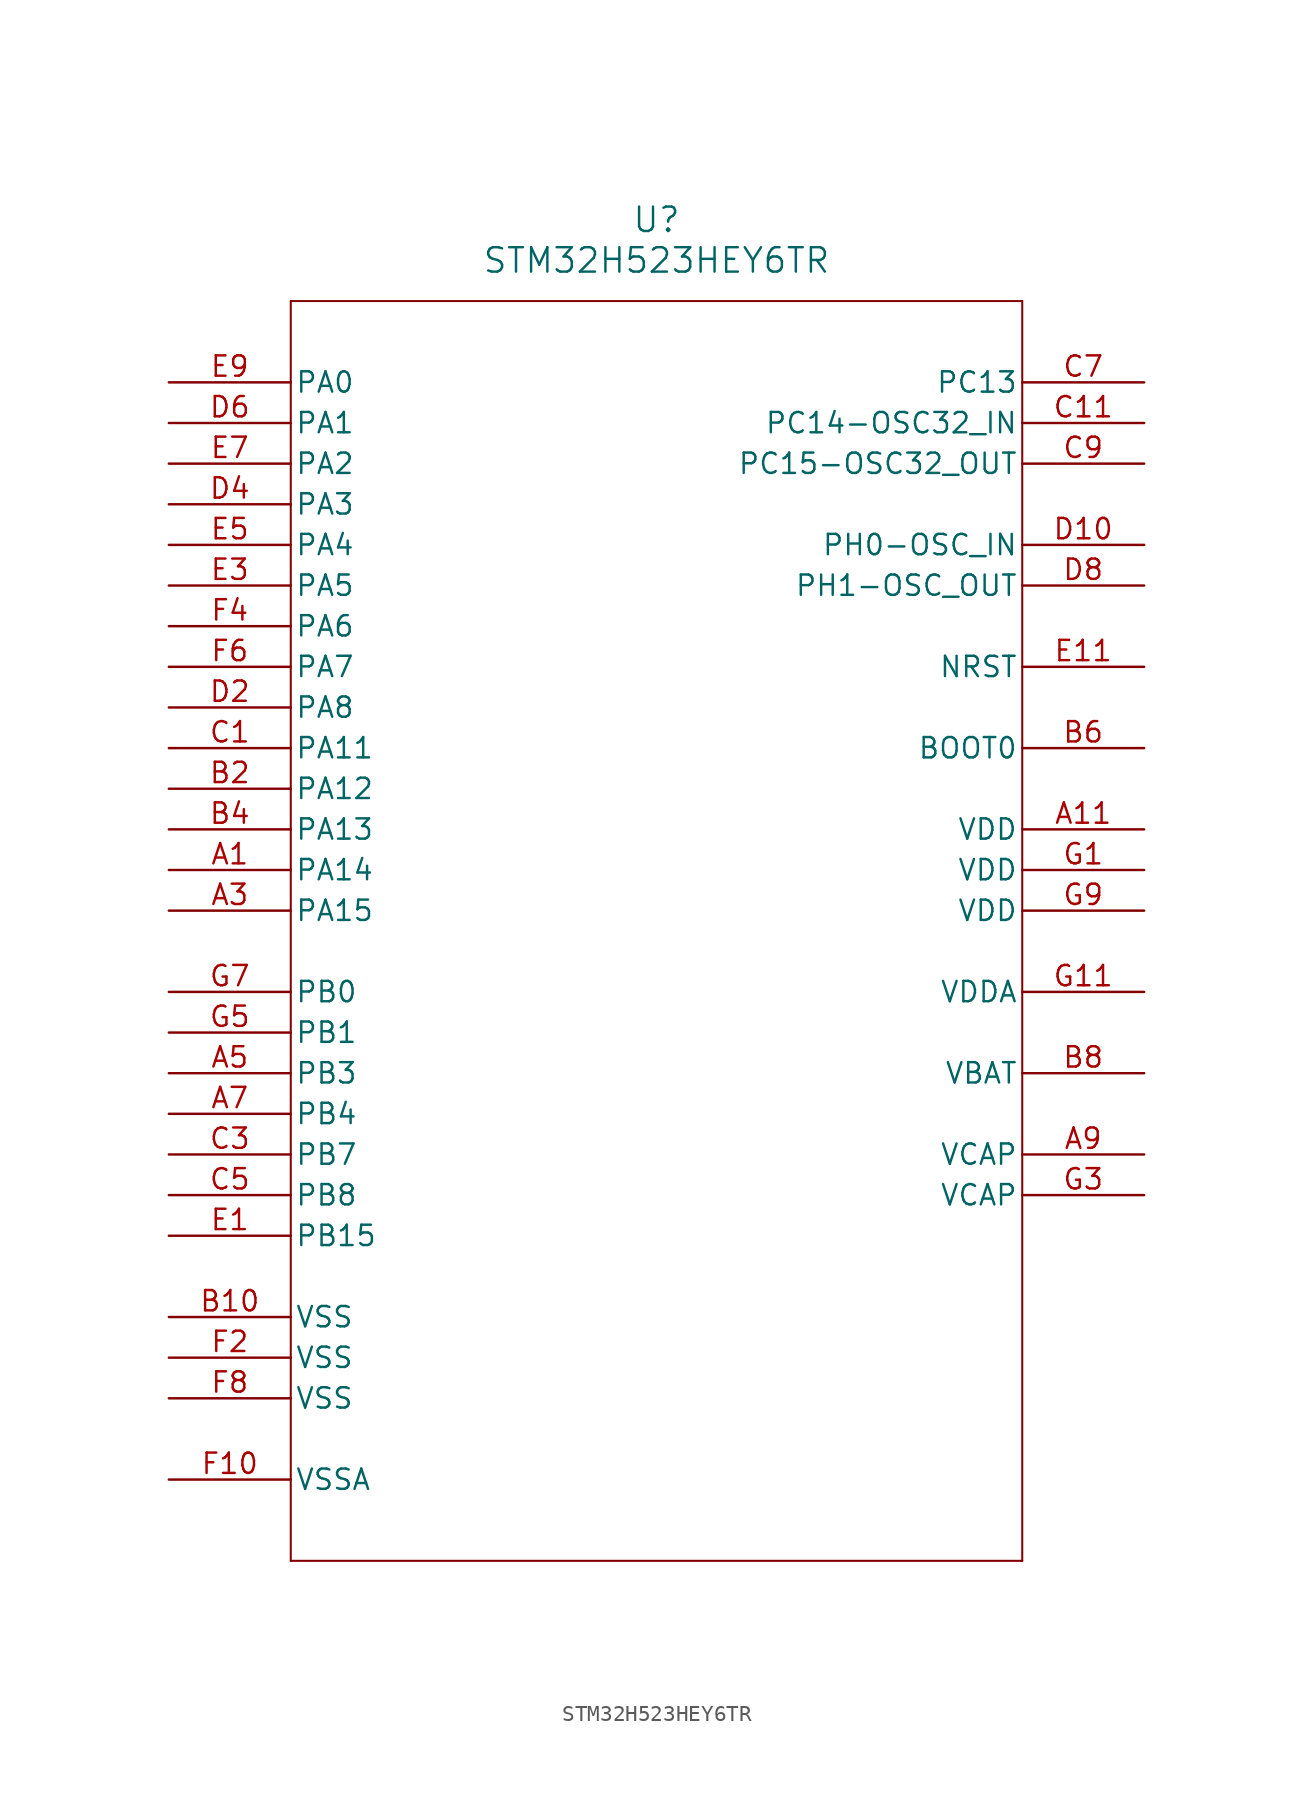
<source format=kicad_sym>
(kicad_symbol_lib
  (version 20211014)
  (generator kicad_symbol_editor)
  (symbol "STM32H523HEY6TR"
    (pin_names
      (offset 0.254))
    (property "Reference" "U"
      (at 30.48 10.16 0)
      (effects (font (size 1.524 1.524))))
    (property "Value" "STM32H523HEY6TR"
      (at 30.48 7.62 0)
      (effects (font (size 1.524 1.524))))
    (symbol "STM32H523HEY6TR_0_1"
      (polyline (pts (xy 7.62 5.08) (xy 7.62 -73.66)) (stroke (width 0.127) (type default) (color 0 0 0 0)) (fill (type none)))
      (polyline (pts (xy 7.62 -73.66) (xy 53.34 -73.66)) (stroke (width 0.127) (type default) (color 0 0 0 0)) (fill (type none)))
      (polyline (pts (xy 53.34 -73.66) (xy 53.34 5.08)) (stroke (width 0.127) (type default) (color 0 0 0 0)) (fill (type none)))
      (polyline (pts (xy 53.34 5.08) (xy 7.62 5.08)) (stroke (width 0.127) (type default) (color 0 0 0 0)) (fill (type none)))
      (pin bidirectional line (at 0 -30.48 0) (length 7.62) (name "PA14" (effects (font (size 1.27 1.27)))) (number "A1" (effects (font (size 1.27 1.27)))))
      (pin bidirectional line (at 0 -33.02 0) (length 7.62) (name "PA15" (effects (font (size 1.27 1.27)))) (number "A3" (effects (font (size 1.27 1.27)))))
      (pin bidirectional line (at 0 -43.18 0) (length 7.62) (name "PB3" (effects (font (size 1.27 1.27)))) (number "A5" (effects (font (size 1.27 1.27)))))
      (pin bidirectional line (at 0 -45.72 0) (length 7.62) (name "PB4" (effects (font (size 1.27 1.27)))) (number "A7" (effects (font (size 1.27 1.27)))))
      (pin power_in line (at 60.96 -48.26 180) (length 7.62) (name "VCAP" (effects (font (size 1.27 1.27)))) (number "A9" (effects (font (size 1.27 1.27)))))
      (pin power_in line (at 60.96 -27.94 180) (length 7.62) (name "VDD" (effects (font (size 1.27 1.27)))) (number "A11" (effects (font (size 1.27 1.27)))))
      (pin bidirectional line (at 0 -25.4 0) (length 7.62) (name "PA12" (effects (font (size 1.27 1.27)))) (number "B2" (effects (font (size 1.27 1.27)))))
      (pin bidirectional line (at 0 -27.94 0) (length 7.62) (name "PA13" (effects (font (size 1.27 1.27)))) (number "B4" (effects (font (size 1.27 1.27)))))
      (pin input line (at 60.96 -22.86 180) (length 7.62) (name "BOOT0" (effects (font (size 1.27 1.27)))) (number "B6" (effects (font (size 1.27 1.27)))))
      (pin power_in line (at 60.96 -43.18 180) (length 7.62) (name "VBAT" (effects (font (size 1.27 1.27)))) (number "B8" (effects (font (size 1.27 1.27)))))
      (pin power_in line (at 0 -58.42 0) (length 7.62) (name "VSS" (effects (font (size 1.27 1.27)))) (number "B10" (effects (font (size 1.27 1.27)))))
      (pin bidirectional line (at 0 -22.86 0) (length 7.62) (name "PA11" (effects (font (size 1.27 1.27)))) (number "C1" (effects (font (size 1.27 1.27)))))
      (pin bidirectional line (at 0 -48.26 0) (length 7.62) (name "PB7" (effects (font (size 1.27 1.27)))) (number "C3" (effects (font (size 1.27 1.27)))))
      (pin bidirectional line (at 0 -50.8 0) (length 7.62) (name "PB8" (effects (font (size 1.27 1.27)))) (number "C5" (effects (font (size 1.27 1.27)))))
      (pin bidirectional line (at 60.96 0 180) (length 7.62) (name "PC13" (effects (font (size 1.27 1.27)))) (number "C7" (effects (font (size 1.27 1.27)))))
      (pin bidirectional line (at 60.96 -5.08 180) (length 7.62) (name "PC15-OSC32_OUT" (effects (font (size 1.27 1.27)))) (number "C9" (effects (font (size 1.27 1.27)))))
      (pin bidirectional line (at 60.96 -2.54 180) (length 7.62) (name "PC14-OSC32_IN" (effects (font (size 1.27 1.27)))) (number "C11" (effects (font (size 1.27 1.27)))))
      (pin bidirectional line (at 0 -20.32 0) (length 7.62) (name "PA8" (effects (font (size 1.27 1.27)))) (number "D2" (effects (font (size 1.27 1.27)))))
      (pin bidirectional line (at 0 -7.62 0) (length 7.62) (name "PA3" (effects (font (size 1.27 1.27)))) (number "D4" (effects (font (size 1.27 1.27)))))
      (pin bidirectional line (at 0 -2.54 0) (length 7.62) (name "PA1" (effects (font (size 1.27 1.27)))) (number "D6" (effects (font (size 1.27 1.27)))))
      (pin bidirectional line (at 60.96 -12.7 180) (length 7.62) (name "PH1-OSC_OUT" (effects (font (size 1.27 1.27)))) (number "D8" (effects (font (size 1.27 1.27)))))
      (pin bidirectional line (at 60.96 -10.16 180) (length 7.62) (name "PH0-OSC_IN" (effects (font (size 1.27 1.27)))) (number "D10" (effects (font (size 1.27 1.27)))))
      (pin bidirectional line (at 0 -53.34 0) (length 7.62) (name "PB15" (effects (font (size 1.27 1.27)))) (number "E1" (effects (font (size 1.27 1.27)))))
      (pin bidirectional line (at 0 -12.7 0) (length 7.62) (name "PA5" (effects (font (size 1.27 1.27)))) (number "E3" (effects (font (size 1.27 1.27)))))
      (pin bidirectional line (at 0 -10.16 0) (length 7.62) (name "PA4" (effects (font (size 1.27 1.27)))) (number "E5" (effects (font (size 1.27 1.27)))))
      (pin bidirectional line (at 0 -5.08 0) (length 7.62) (name "PA2" (effects (font (size 1.27 1.27)))) (number "E7" (effects (font (size 1.27 1.27)))))
      (pin bidirectional line (at 0 0 0) (length 7.62) (name "PA0" (effects (font (size 1.27 1.27)))) (number "E9" (effects (font (size 1.27 1.27)))))
      (pin bidirectional line (at 60.96 -17.78 180) (length 7.62) (name "NRST" (effects (font (size 1.27 1.27)))) (number "E11" (effects (font (size 1.27 1.27)))))
      (pin power_in line (at 0 -60.96 0) (length 7.62) (name "VSS" (effects (font (size 1.27 1.27)))) (number "F2" (effects (font (size 1.27 1.27)))))
      (pin bidirectional line (at 0 -15.24 0) (length 7.62) (name "PA6" (effects (font (size 1.27 1.27)))) (number "F4" (effects (font (size 1.27 1.27)))))
      (pin bidirectional line (at 0 -17.78 0) (length 7.62) (name "PA7" (effects (font (size 1.27 1.27)))) (number "F6" (effects (font (size 1.27 1.27)))))
      (pin power_in line (at 0 -63.5 0) (length 7.62) (name "VSS" (effects (font (size 1.27 1.27)))) (number "F8" (effects (font (size 1.27 1.27)))))
      (pin power_in line (at 0 -68.58 0) (length 7.62) (name "VSSA" (effects (font (size 1.27 1.27)))) (number "F10" (effects (font (size 1.27 1.27)))))
      (pin power_in line (at 60.96 -30.48 180) (length 7.62) (name "VDD" (effects (font (size 1.27 1.27)))) (number "G1" (effects (font (size 1.27 1.27)))))
      (pin power_in line (at 60.96 -50.8 180) (length 7.62) (name "VCAP" (effects (font (size 1.27 1.27)))) (number "G3" (effects (font (size 1.27 1.27)))))
      (pin bidirectional line (at 0 -40.64 0) (length 7.62) (name "PB1" (effects (font (size 1.27 1.27)))) (number "G5" (effects (font (size 1.27 1.27)))))
      (pin bidirectional line (at 0 -38.1 0) (length 7.62) (name "PB0" (effects (font (size 1.27 1.27)))) (number "G7" (effects (font (size 1.27 1.27)))))
      (pin power_in line (at 60.96 -33.02 180) (length 7.62) (name "VDD" (effects (font (size 1.27 1.27)))) (number "G9" (effects (font (size 1.27 1.27)))))
      (pin power_in line (at 60.96 -38.1 180) (length 7.62) (name "VDDA" (effects (font (size 1.27 1.27)))) (number "G11" (effects (font (size 1.27 1.27))))))))
</source>
